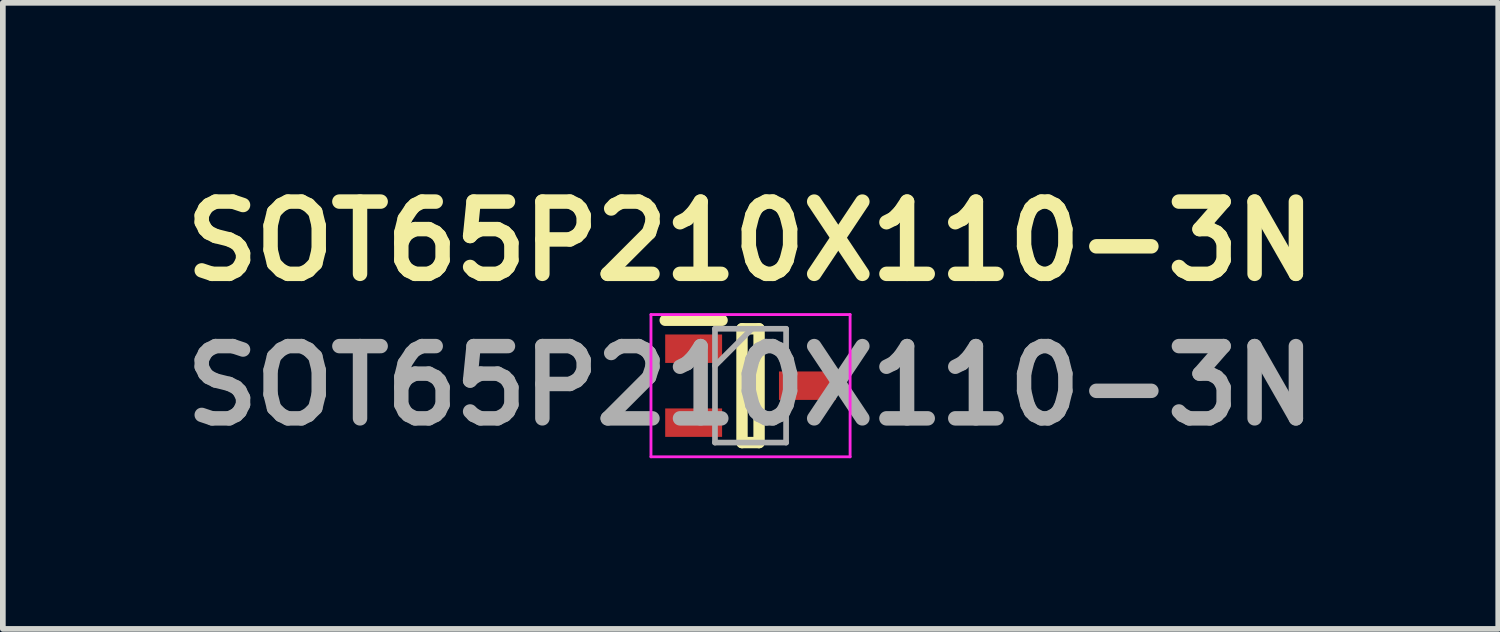
<source format=kicad_pcb>
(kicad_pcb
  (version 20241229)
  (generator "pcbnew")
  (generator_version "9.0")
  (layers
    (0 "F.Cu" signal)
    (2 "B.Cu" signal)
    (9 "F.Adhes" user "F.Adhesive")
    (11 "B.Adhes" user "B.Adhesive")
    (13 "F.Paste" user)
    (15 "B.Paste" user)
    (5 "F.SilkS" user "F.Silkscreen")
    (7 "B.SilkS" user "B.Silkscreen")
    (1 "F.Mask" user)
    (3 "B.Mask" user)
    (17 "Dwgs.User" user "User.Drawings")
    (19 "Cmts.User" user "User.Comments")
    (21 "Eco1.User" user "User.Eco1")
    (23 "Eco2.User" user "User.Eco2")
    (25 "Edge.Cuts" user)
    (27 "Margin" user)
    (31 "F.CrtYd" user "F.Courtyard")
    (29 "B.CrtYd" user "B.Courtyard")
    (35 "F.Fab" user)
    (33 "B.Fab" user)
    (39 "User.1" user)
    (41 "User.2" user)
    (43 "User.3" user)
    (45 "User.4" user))
  (footprint "SOT65P210X110-3N"
    (layer "F.Cu")
    (at 10.142 3.729)
    (property "Reference" "SOT65P210X110-3N" (at 0 -2.54 0) (layer "F.SilkS") (effects (font (size 1.27 1.27) (thickness 0.254))))
    (attr smd)
    (fp_line (start -1.5 -1.15) (end -0.5 -1.15) (stroke (width 0.2) (type solid)) (layer "F.SilkS"))
    (fp_line (start -0.15 -1) (end 0.15 -1) (stroke (width 0.2) (type solid)) (layer "F.SilkS"))
    (fp_line (start -0.15 1) (end -0.15 -1) (stroke (width 0.2) (type solid)) (layer "F.SilkS"))
    (fp_line (start 0.15 -1) (end 0.15 1) (stroke (width 0.2) (type solid)) (layer "F.SilkS"))
    (fp_line (start 0.15 1) (end -0.15 1) (stroke (width 0.2) (type solid)) (layer "F.SilkS"))
    (fp_line (start -1.75 -1.25) (end 1.75 -1.25) (stroke (width 0.05) (type solid)) (layer "F.CrtYd"))
    (fp_line (start -1.75 1.25) (end -1.75 -1.25) (stroke (width 0.05) (type solid)) (layer "F.CrtYd"))
    (fp_line (start 1.75 -1.25) (end 1.75 1.25) (stroke (width 0.05) (type solid)) (layer "F.CrtYd"))
    (fp_line (start 1.75 1.25) (end -1.75 1.25) (stroke (width 0.05) (type solid)) (layer "F.CrtYd"))
    (fp_line (start -0.625 -1) (end 0.625 -1) (stroke (width 0.1) (type solid)) (layer "F.Fab"))
    (fp_line (start -0.625 -0.35) (end 0.025 -1) (stroke (width 0.1) (type solid)) (layer "F.Fab"))
    (fp_line (start -0.625 1) (end -0.625 -1) (stroke (width 0.1) (type solid)) (layer "F.Fab"))
    (fp_line (start 0.625 -1) (end 0.625 1) (stroke (width 0.1) (type solid)) (layer "F.Fab"))
    (fp_line (start 0.625 1) (end -0.625 1) (stroke (width 0.1) (type solid)) (layer "F.Fab"))
    (fp_text user "${REFERENCE}" (at 0 0 0) (layer "F.Fab") (effects (font (size 1.27 1.27) (thickness 0.254))))
    (pad "1" smd rect (at -1 -0.65 90) (size 0.5 1) (layers "F.Cu" "F.Mask" "F.Paste"))
    (pad "2" smd rect (at -1 0.65 90) (size 0.5 1) (layers "F.Cu" "F.Mask" "F.Paste"))
    (pad "3" smd rect (at 1 0 90) (size 0.5 1) (layers "F.Cu" "F.Mask" "F.Paste")))
  (gr_rect
    (start -3 -3)
    (end 23.284 8.004)
    (stroke (width 0.1) (type default))
    (fill no)
    (layer "Edge.Cuts")))
</source>
